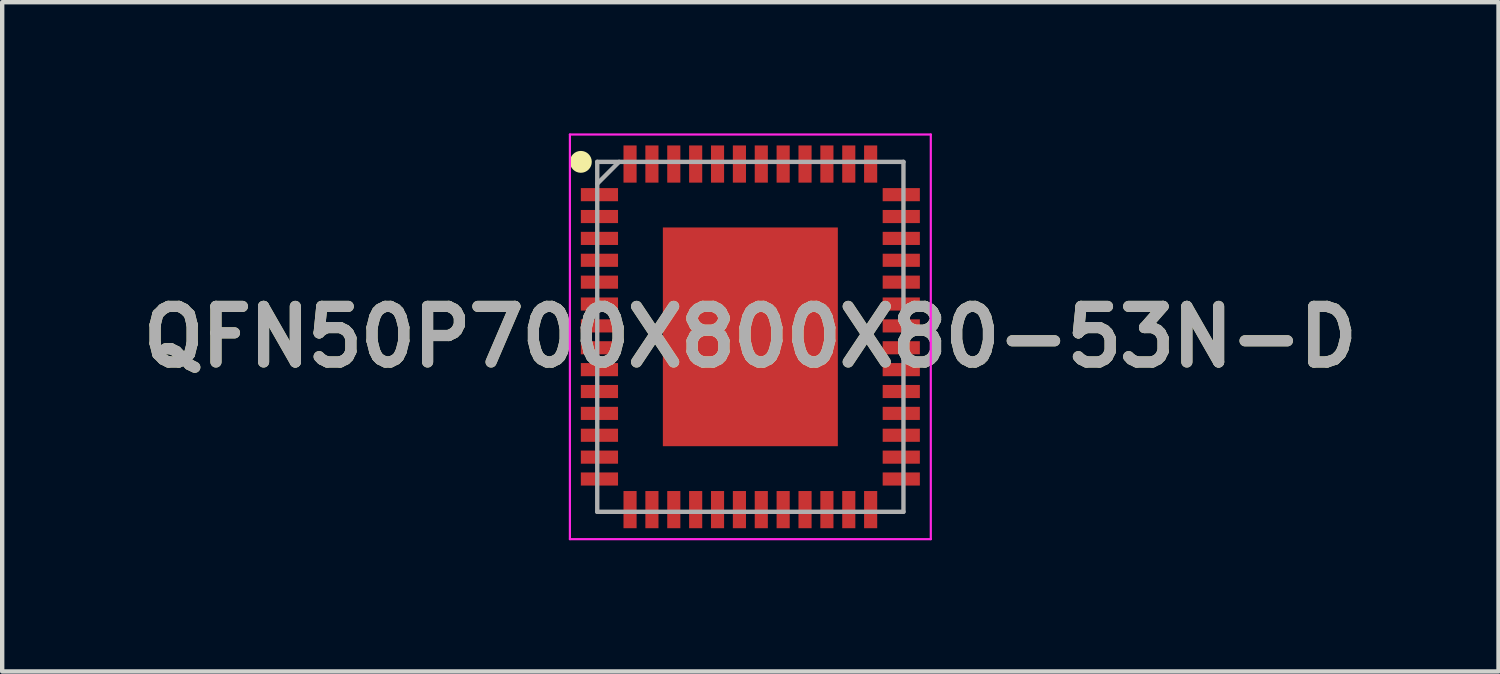
<source format=kicad_pcb>
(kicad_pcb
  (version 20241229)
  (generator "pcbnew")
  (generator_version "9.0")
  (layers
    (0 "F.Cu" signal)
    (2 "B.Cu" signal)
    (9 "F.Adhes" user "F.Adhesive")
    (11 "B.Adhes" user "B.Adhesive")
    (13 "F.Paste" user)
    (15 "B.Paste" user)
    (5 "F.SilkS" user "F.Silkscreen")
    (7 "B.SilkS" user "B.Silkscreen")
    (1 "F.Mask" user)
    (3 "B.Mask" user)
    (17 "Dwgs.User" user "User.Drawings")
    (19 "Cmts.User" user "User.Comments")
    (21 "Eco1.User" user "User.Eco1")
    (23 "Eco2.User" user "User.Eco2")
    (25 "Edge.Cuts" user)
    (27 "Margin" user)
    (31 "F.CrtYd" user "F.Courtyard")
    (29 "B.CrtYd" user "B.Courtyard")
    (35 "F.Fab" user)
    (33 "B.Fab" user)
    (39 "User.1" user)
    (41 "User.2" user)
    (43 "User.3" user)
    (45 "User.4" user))
  (footprint "QFN50P700X800X80-53N-D"
    (layer "F.Cu")
    (at 14.103 4.65)
    (property "Reference" "QFN50P700X800X80-53N-D" (at 0 0 0) (layer "F.SilkS") (effects (font (size 1.27 1.27) (thickness 0.254))))
    (attr smd)
    (fp_circle (center -3.875 -4) (end -3.875 -3.875) (stroke (width 0.25) (type solid)) (fill no) (layer "F.SilkS"))
    (fp_line (start -4.125 -4.625) (end 4.125 -4.625) (stroke (width 0.05) (type solid)) (layer "F.CrtYd"))
    (fp_line (start -4.125 4.625) (end -4.125 -4.625) (stroke (width 0.05) (type solid)) (layer "F.CrtYd"))
    (fp_line (start 4.125 -4.625) (end 4.125 4.625) (stroke (width 0.05) (type solid)) (layer "F.CrtYd"))
    (fp_line (start 4.125 4.625) (end -4.125 4.625) (stroke (width 0.05) (type solid)) (layer "F.CrtYd"))
    (fp_line (start -3.5 -4) (end 3.5 -4) (stroke (width 0.1) (type solid)) (layer "F.Fab"))
    (fp_line (start -3.5 -3.5) (end -3 -4) (stroke (width 0.1) (type solid)) (layer "F.Fab"))
    (fp_line (start -3.5 4) (end -3.5 -4) (stroke (width 0.1) (type solid)) (layer "F.Fab"))
    (fp_line (start 3.5 -4) (end 3.5 4) (stroke (width 0.1) (type solid)) (layer "F.Fab"))
    (fp_line (start 3.5 4) (end -3.5 4) (stroke (width 0.1) (type solid)) (layer "F.Fab"))
    (fp_text user "${REFERENCE}" (at 0 0 0) (layer "F.Fab") (effects (font (size 1.27 1.27) (thickness 0.254))))
    (pad "1" smd rect (at -3.45 -3.25 90) (size 0.3 0.85) (layers "F.Cu" "F.Mask" "F.Paste"))
    (pad "2" smd rect (at -3.45 -2.75 90) (size 0.3 0.85) (layers "F.Cu" "F.Mask" "F.Paste"))
    (pad "3" smd rect (at -3.45 -2.25 90) (size 0.3 0.85) (layers "F.Cu" "F.Mask" "F.Paste"))
    (pad "4" smd rect (at -3.45 -1.75 90) (size 0.3 0.85) (layers "F.Cu" "F.Mask" "F.Paste"))
    (pad "5" smd rect (at -3.45 -1.25 90) (size 0.3 0.85) (layers "F.Cu" "F.Mask" "F.Paste"))
    (pad "6" smd rect (at -3.45 -0.75 90) (size 0.3 0.85) (layers "F.Cu" "F.Mask" "F.Paste"))
    (pad "7" smd rect (at -3.45 -0.25 90) (size 0.3 0.85) (layers "F.Cu" "F.Mask" "F.Paste"))
    (pad "8" smd rect (at -3.45 0.25 90) (size 0.3 0.85) (layers "F.Cu" "F.Mask" "F.Paste"))
    (pad "9" smd rect (at -3.45 0.75 90) (size 0.3 0.85) (layers "F.Cu" "F.Mask" "F.Paste"))
    (pad "10" smd rect (at -3.45 1.25 90) (size 0.3 0.85) (layers "F.Cu" "F.Mask" "F.Paste"))
    (pad "11" smd rect (at -3.45 1.75 90) (size 0.3 0.85) (layers "F.Cu" "F.Mask" "F.Paste"))
    (pad "12" smd rect (at -3.45 2.25 90) (size 0.3 0.85) (layers "F.Cu" "F.Mask" "F.Paste"))
    (pad "13" smd rect (at -3.45 2.75 90) (size 0.3 0.85) (layers "F.Cu" "F.Mask" "F.Paste"))
    (pad "14" smd rect (at -3.45 3.25 90) (size 0.3 0.85) (layers "F.Cu" "F.Mask" "F.Paste"))
    (pad "15" smd rect (at -2.75 3.95) (size 0.3 0.85) (layers "F.Cu" "F.Mask" "F.Paste"))
    (pad "16" smd rect (at -2.25 3.95) (size 0.3 0.85) (layers "F.Cu" "F.Mask" "F.Paste"))
    (pad "17" smd rect (at -1.75 3.95) (size 0.3 0.85) (layers "F.Cu" "F.Mask" "F.Paste"))
    (pad "18" smd rect (at -1.25 3.95) (size 0.3 0.85) (layers "F.Cu" "F.Mask" "F.Paste"))
    (pad "19" smd rect (at -0.75 3.95) (size 0.3 0.85) (layers "F.Cu" "F.Mask" "F.Paste"))
    (pad "20" smd rect (at -0.25 3.95) (size 0.3 0.85) (layers "F.Cu" "F.Mask" "F.Paste"))
    (pad "21" smd rect (at 0.25 3.95) (size 0.3 0.85) (layers "F.Cu" "F.Mask" "F.Paste"))
    (pad "22" smd rect (at 0.75 3.95) (size 0.3 0.85) (layers "F.Cu" "F.Mask" "F.Paste"))
    (pad "23" smd rect (at 1.25 3.95) (size 0.3 0.85) (layers "F.Cu" "F.Mask" "F.Paste"))
    (pad "24" smd rect (at 1.75 3.95) (size 0.3 0.85) (layers "F.Cu" "F.Mask" "F.Paste"))
    (pad "25" smd rect (at 2.25 3.95) (size 0.3 0.85) (layers "F.Cu" "F.Mask" "F.Paste"))
    (pad "26" smd rect (at 2.75 3.95) (size 0.3 0.85) (layers "F.Cu" "F.Mask" "F.Paste"))
    (pad "27" smd rect (at 3.45 3.25 90) (size 0.3 0.85) (layers "F.Cu" "F.Mask" "F.Paste"))
    (pad "28" smd rect (at 3.45 2.75 90) (size 0.3 0.85) (layers "F.Cu" "F.Mask" "F.Paste"))
    (pad "29" smd rect (at 3.45 2.25 90) (size 0.3 0.85) (layers "F.Cu" "F.Mask" "F.Paste"))
    (pad "30" smd rect (at 3.45 1.75 90) (size 0.3 0.85) (layers "F.Cu" "F.Mask" "F.Paste"))
    (pad "31" smd rect (at 3.45 1.25 90) (size 0.3 0.85) (layers "F.Cu" "F.Mask" "F.Paste"))
    (pad "32" smd rect (at 3.45 0.75 90) (size 0.3 0.85) (layers "F.Cu" "F.Mask" "F.Paste"))
    (pad "33" smd rect (at 3.45 0.25 90) (size 0.3 0.85) (layers "F.Cu" "F.Mask" "F.Paste"))
    (pad "34" smd rect (at 3.45 -0.25 90) (size 0.3 0.85) (layers "F.Cu" "F.Mask" "F.Paste"))
    (pad "35" smd rect (at 3.45 -0.75 90) (size 0.3 0.85) (layers "F.Cu" "F.Mask" "F.Paste"))
    (pad "36" smd rect (at 3.45 -1.25 90) (size 0.3 0.85) (layers "F.Cu" "F.Mask" "F.Paste"))
    (pad "37" smd rect (at 3.45 -1.75 90) (size 0.3 0.85) (layers "F.Cu" "F.Mask" "F.Paste"))
    (pad "38" smd rect (at 3.45 -2.25 90) (size 0.3 0.85) (layers "F.Cu" "F.Mask" "F.Paste"))
    (pad "39" smd rect (at 3.45 -2.75 90) (size 0.3 0.85) (layers "F.Cu" "F.Mask" "F.Paste"))
    (pad "40" smd rect (at 3.45 -3.25 90) (size 0.3 0.85) (layers "F.Cu" "F.Mask" "F.Paste"))
    (pad "41" smd rect (at 2.75 -3.95) (size 0.3 0.85) (layers "F.Cu" "F.Mask" "F.Paste"))
    (pad "42" smd rect (at 2.25 -3.95) (size 0.3 0.85) (layers "F.Cu" "F.Mask" "F.Paste"))
    (pad "43" smd rect (at 1.75 -3.95) (size 0.3 0.85) (layers "F.Cu" "F.Mask" "F.Paste"))
    (pad "44" smd rect (at 1.25 -3.95) (size 0.3 0.85) (layers "F.Cu" "F.Mask" "F.Paste"))
    (pad "45" smd rect (at 0.75 -3.95) (size 0.3 0.85) (layers "F.Cu" "F.Mask" "F.Paste"))
    (pad "46" smd rect (at 0.25 -3.95) (size 0.3 0.85) (layers "F.Cu" "F.Mask" "F.Paste"))
    (pad "47" smd rect (at -0.25 -3.95) (size 0.3 0.85) (layers "F.Cu" "F.Mask" "F.Paste"))
    (pad "48" smd rect (at -0.75 -3.95) (size 0.3 0.85) (layers "F.Cu" "F.Mask" "F.Paste"))
    (pad "49" smd rect (at -1.25 -3.95) (size 0.3 0.85) (layers "F.Cu" "F.Mask" "F.Paste"))
    (pad "50" smd rect (at -1.75 -3.95) (size 0.3 0.85) (layers "F.Cu" "F.Mask" "F.Paste"))
    (pad "51" smd rect (at -2.25 -3.95) (size 0.3 0.85) (layers "F.Cu" "F.Mask" "F.Paste"))
    (pad "52" smd rect (at -2.75 -3.95) (size 0.3 0.85) (layers "F.Cu" "F.Mask" "F.Paste"))
    (pad "53" smd rect (at 0 0) (size 4 5) (layers "F.Cu" "F.Mask" "F.Paste")))
  (gr_rect
    (start -3 -3)
    (end 31.206 12.3)
    (stroke (width 0.1) (type default))
    (fill no)
    (layer "Edge.Cuts")))
</source>
